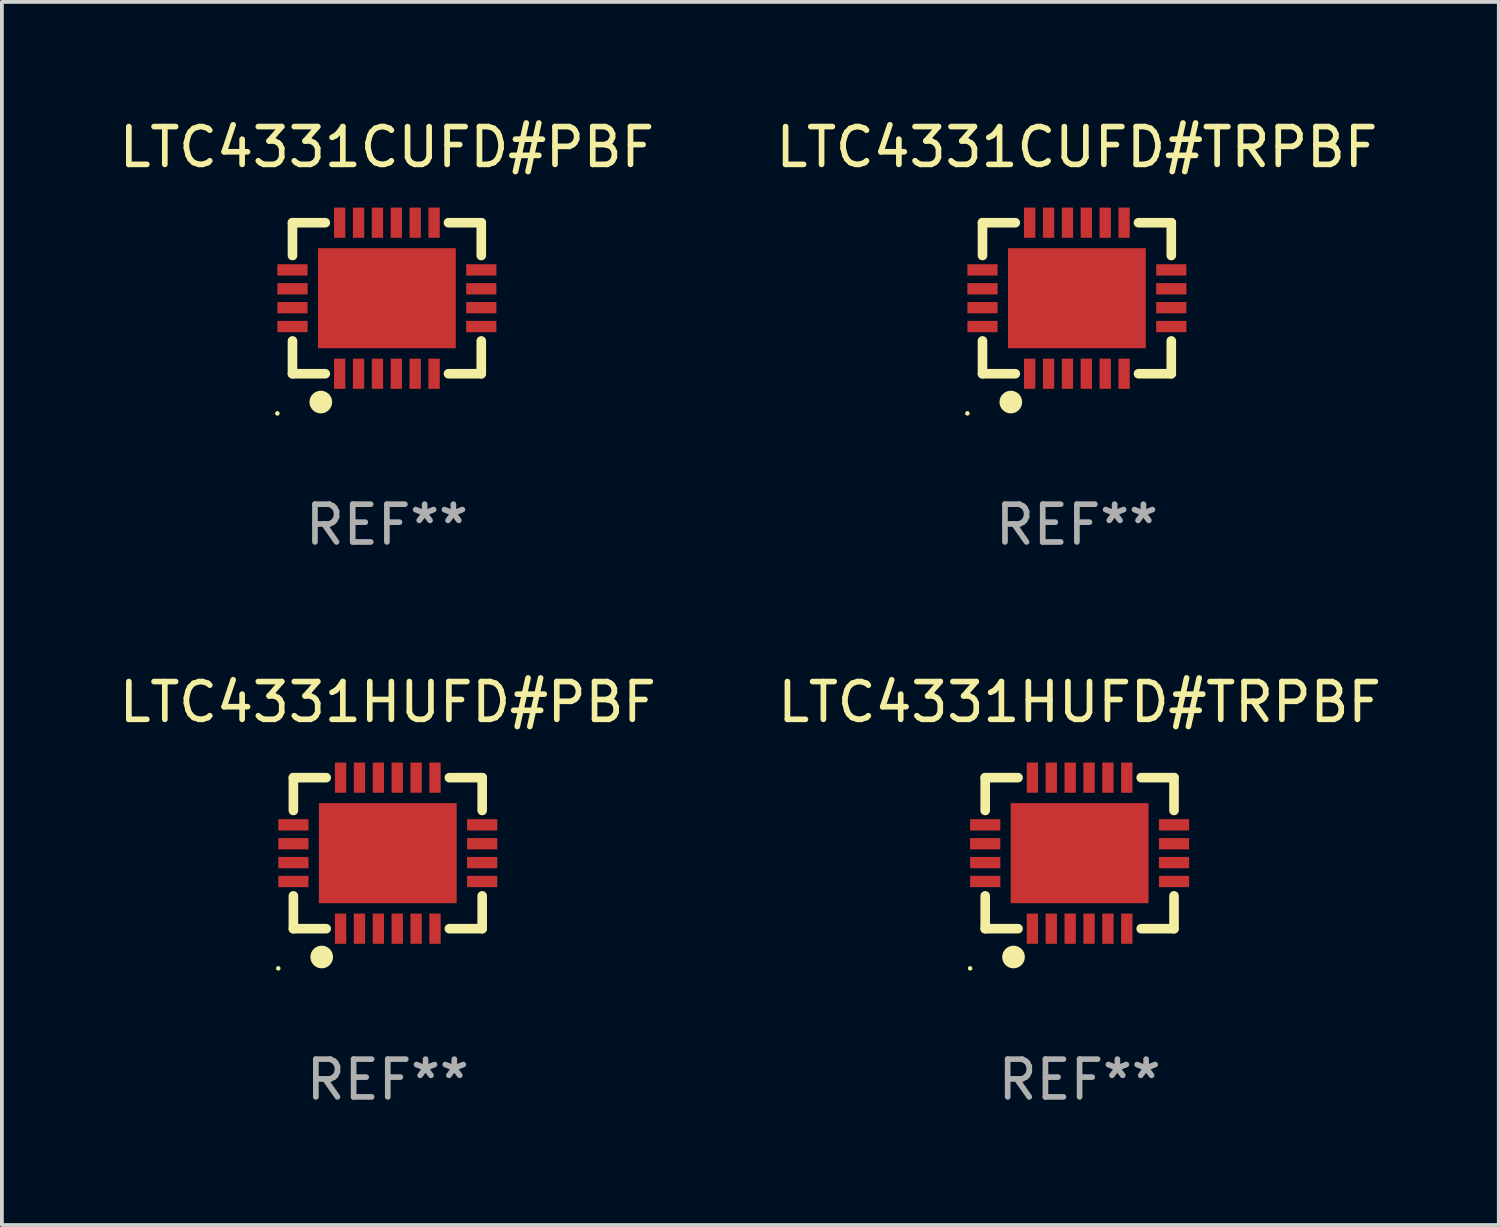
<source format=kicad_pcb>
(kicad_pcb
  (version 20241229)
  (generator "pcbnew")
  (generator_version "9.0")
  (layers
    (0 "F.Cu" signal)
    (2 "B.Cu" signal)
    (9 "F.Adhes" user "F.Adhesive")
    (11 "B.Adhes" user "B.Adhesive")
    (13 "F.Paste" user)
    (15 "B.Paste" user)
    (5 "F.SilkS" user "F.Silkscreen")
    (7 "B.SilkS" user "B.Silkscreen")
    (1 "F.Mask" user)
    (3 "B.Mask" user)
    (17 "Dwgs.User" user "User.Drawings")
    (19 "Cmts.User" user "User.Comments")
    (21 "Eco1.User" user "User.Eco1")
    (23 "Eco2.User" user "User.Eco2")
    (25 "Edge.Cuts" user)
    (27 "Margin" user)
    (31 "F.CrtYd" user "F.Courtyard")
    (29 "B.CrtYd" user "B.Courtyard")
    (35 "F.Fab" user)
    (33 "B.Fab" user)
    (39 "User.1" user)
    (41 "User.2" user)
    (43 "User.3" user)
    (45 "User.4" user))
  (footprint "LTC4331CUFD#PBF"
    (layer "F.Cu")
    (at 7.196 4.848)
    (property "Reference" "LTC4331CUFD#PBF" (at 0 -4 0) (layer "F.SilkS") (effects (font (size 1 1) (thickness 0.15))))
    (attr through_hole)
    (fp_line (start -2.5 -2) (end -1.631 -2) (stroke (width 0.254) (type solid)) (layer "F.SilkS"))
    (fp_line (start -2.5 -1.131) (end -2.5 -2) (stroke (width 0.254) (type solid)) (layer "F.SilkS"))
    (fp_line (start -2.5 2) (end -2.5 1.131) (stroke (width 0.254) (type solid)) (layer "F.SilkS"))
    (fp_line (start -1.631 2) (end -2.5 2) (stroke (width 0.254) (type solid)) (layer "F.SilkS"))
    (fp_line (start 1.631 -2) (end 2.5 -2) (stroke (width 0.254) (type solid)) (layer "F.SilkS"))
    (fp_line (start 2.5 -2) (end 2.5 -1.131) (stroke (width 0.254) (type solid)) (layer "F.SilkS"))
    (fp_line (start 2.5 1.131) (end 2.5 2) (stroke (width 0.254) (type solid)) (layer "F.SilkS"))
    (fp_line (start 2.5 2) (end 1.631 2) (stroke (width 0.254) (type solid)) (layer "F.SilkS"))
    (fp_circle (center -2.9 3.05) (end -2.87 3.05) (stroke (width 0.06) (type solid)) (fill no) (layer "F.SilkS"))
    (fp_circle (center -1.75 2.75) (end -1.6 2.75) (stroke (width 0.3) (type solid)) (fill no) (layer "F.SilkS"))
    (fp_text user "REF**" (at 0 6 0) (layer "F.Fab") (effects (font (size 1 1) (thickness 0.15))))
    (pad "1" smd rect (at -1.25 2 90) (size 0.8 0.3) (layers "F.Cu" "F.Mask" "F.Paste"))
    (pad "2" smd rect (at -0.75 2 90) (size 0.8 0.3) (layers "F.Cu" "F.Mask" "F.Paste"))
    (pad "3" smd rect (at -0.25 2 90) (size 0.8 0.3) (layers "F.Cu" "F.Mask" "F.Paste"))
    (pad "4" smd rect (at 0.25 2 90) (size 0.8 0.3) (layers "F.Cu" "F.Mask" "F.Paste"))
    (pad "5" smd rect (at 0.75 2 90) (size 0.8 0.3) (layers "F.Cu" "F.Mask" "F.Paste"))
    (pad "6" smd rect (at 1.25 2 90) (size 0.8 0.3) (layers "F.Cu" "F.Mask" "F.Paste"))
    (pad "7" smd rect (at 2.5 0.75 180) (size 0.8 0.3) (layers "F.Cu" "F.Mask" "F.Paste"))
    (pad "8" smd rect (at 2.5 0.25 180) (size 0.8 0.3) (layers "F.Cu" "F.Mask" "F.Paste"))
    (pad "9" smd rect (at 2.5 -0.25 180) (size 0.8 0.3) (layers "F.Cu" "F.Mask" "F.Paste"))
    (pad "10" smd rect (at 2.5 -0.75 180) (size 0.8 0.3) (layers "F.Cu" "F.Mask" "F.Paste"))
    (pad "11" smd rect (at 1.25 -2 270) (size 0.8 0.3) (layers "F.Cu" "F.Mask" "F.Paste"))
    (pad "12" smd rect (at 0.75 -2 270) (size 0.8 0.3) (layers "F.Cu" "F.Mask" "F.Paste"))
    (pad "13" smd rect (at 0.25 -2 270) (size 0.8 0.3) (layers "F.Cu" "F.Mask" "F.Paste"))
    (pad "14" smd rect (at -0.25 -2 270) (size 0.8 0.3) (layers "F.Cu" "F.Mask" "F.Paste"))
    (pad "15" smd rect (at -0.75 -2 270) (size 0.8 0.3) (layers "F.Cu" "F.Mask" "F.Paste"))
    (pad "16" smd rect (at -1.25 -2 270) (size 0.8 0.3) (layers "F.Cu" "F.Mask" "F.Paste"))
    (pad "17" smd rect (at -2.5 -0.75) (size 0.8 0.3) (layers "F.Cu" "F.Mask" "F.Paste"))
    (pad "18" smd rect (at -2.5 -0.25) (size 0.8 0.3) (layers "F.Cu" "F.Mask" "F.Paste"))
    (pad "19" smd rect (at -2.5 0.25) (size 0.8 0.3) (layers "F.Cu" "F.Mask" "F.Paste"))
    (pad "20" smd rect (at -2.5 0.75) (size 0.8 0.3) (layers "F.Cu" "F.Mask" "F.Paste"))
    (pad "21" smd rect (at 0 0) (size 3.65 2.65) (layers "F.Cu" "F.Mask" "F.Paste")))
  (footprint "LTC4331HUFD#PBF"
    (layer "F.Cu")
    (at 7.22 19.545)
    (property "Reference" "LTC4331HUFD#PBF" (at 0 -4 0) (layer "F.SilkS") (effects (font (size 1 1) (thickness 0.15))))
    (attr through_hole)
    (fp_line (start -2.5 -2) (end -1.631 -2) (stroke (width 0.254) (type solid)) (layer "F.SilkS"))
    (fp_line (start -2.5 -1.131) (end -2.5 -2) (stroke (width 0.254) (type solid)) (layer "F.SilkS"))
    (fp_line (start -2.5 2) (end -2.5 1.131) (stroke (width 0.254) (type solid)) (layer "F.SilkS"))
    (fp_line (start -1.631 2) (end -2.5 2) (stroke (width 0.254) (type solid)) (layer "F.SilkS"))
    (fp_line (start 1.631 -2) (end 2.5 -2) (stroke (width 0.254) (type solid)) (layer "F.SilkS"))
    (fp_line (start 2.5 -2) (end 2.5 -1.131) (stroke (width 0.254) (type solid)) (layer "F.SilkS"))
    (fp_line (start 2.5 1.131) (end 2.5 2) (stroke (width 0.254) (type solid)) (layer "F.SilkS"))
    (fp_line (start 2.5 2) (end 1.631 2) (stroke (width 0.254) (type solid)) (layer "F.SilkS"))
    (fp_circle (center -2.9 3.05) (end -2.87 3.05) (stroke (width 0.06) (type solid)) (fill no) (layer "F.SilkS"))
    (fp_circle (center -1.75 2.75) (end -1.6 2.75) (stroke (width 0.3) (type solid)) (fill no) (layer "F.SilkS"))
    (fp_text user "REF**" (at 0 6 0) (layer "F.Fab") (effects (font (size 1 1) (thickness 0.15))))
    (pad "1" smd rect (at -1.25 2 90) (size 0.8 0.3) (layers "F.Cu" "F.Mask" "F.Paste"))
    (pad "2" smd rect (at -0.75 2 90) (size 0.8 0.3) (layers "F.Cu" "F.Mask" "F.Paste"))
    (pad "3" smd rect (at -0.25 2 90) (size 0.8 0.3) (layers "F.Cu" "F.Mask" "F.Paste"))
    (pad "4" smd rect (at 0.25 2 90) (size 0.8 0.3) (layers "F.Cu" "F.Mask" "F.Paste"))
    (pad "5" smd rect (at 0.75 2 90) (size 0.8 0.3) (layers "F.Cu" "F.Mask" "F.Paste"))
    (pad "6" smd rect (at 1.25 2 90) (size 0.8 0.3) (layers "F.Cu" "F.Mask" "F.Paste"))
    (pad "7" smd rect (at 2.5 0.75 180) (size 0.8 0.3) (layers "F.Cu" "F.Mask" "F.Paste"))
    (pad "8" smd rect (at 2.5 0.25 180) (size 0.8 0.3) (layers "F.Cu" "F.Mask" "F.Paste"))
    (pad "9" smd rect (at 2.5 -0.25 180) (size 0.8 0.3) (layers "F.Cu" "F.Mask" "F.Paste"))
    (pad "10" smd rect (at 2.5 -0.75 180) (size 0.8 0.3) (layers "F.Cu" "F.Mask" "F.Paste"))
    (pad "11" smd rect (at 1.25 -2 270) (size 0.8 0.3) (layers "F.Cu" "F.Mask" "F.Paste"))
    (pad "12" smd rect (at 0.75 -2 270) (size 0.8 0.3) (layers "F.Cu" "F.Mask" "F.Paste"))
    (pad "13" smd rect (at 0.25 -2 270) (size 0.8 0.3) (layers "F.Cu" "F.Mask" "F.Paste"))
    (pad "14" smd rect (at -0.25 -2 270) (size 0.8 0.3) (layers "F.Cu" "F.Mask" "F.Paste"))
    (pad "15" smd rect (at -0.75 -2 270) (size 0.8 0.3) (layers "F.Cu" "F.Mask" "F.Paste"))
    (pad "16" smd rect (at -1.25 -2 270) (size 0.8 0.3) (layers "F.Cu" "F.Mask" "F.Paste"))
    (pad "17" smd rect (at -2.5 -0.75) (size 0.8 0.3) (layers "F.Cu" "F.Mask" "F.Paste"))
    (pad "18" smd rect (at -2.5 -0.25) (size 0.8 0.3) (layers "F.Cu" "F.Mask" "F.Paste"))
    (pad "19" smd rect (at -2.5 0.25) (size 0.8 0.3) (layers "F.Cu" "F.Mask" "F.Paste"))
    (pad "20" smd rect (at -2.5 0.75) (size 0.8 0.3) (layers "F.Cu" "F.Mask" "F.Paste"))
    (pad "21" smd rect (at 0 0) (size 3.65 2.65) (layers "F.Cu" "F.Mask" "F.Paste")))
  (footprint "LTC4331CUFD#TRPBF"
    (layer "F.Cu")
    (at 25.47 4.848)
    (property "Reference" "LTC4331CUFD#TRPBF" (at 0 -4 0) (layer "F.SilkS") (effects (font (size 1 1) (thickness 0.15))))
    (attr through_hole)
    (fp_line (start -2.5 -2) (end -1.631 -2) (stroke (width 0.254) (type solid)) (layer "F.SilkS"))
    (fp_line (start -2.5 -1.131) (end -2.5 -2) (stroke (width 0.254) (type solid)) (layer "F.SilkS"))
    (fp_line (start -2.5 2) (end -2.5 1.131) (stroke (width 0.254) (type solid)) (layer "F.SilkS"))
    (fp_line (start -1.631 2) (end -2.5 2) (stroke (width 0.254) (type solid)) (layer "F.SilkS"))
    (fp_line (start 1.631 -2) (end 2.5 -2) (stroke (width 0.254) (type solid)) (layer "F.SilkS"))
    (fp_line (start 2.5 -2) (end 2.5 -1.131) (stroke (width 0.254) (type solid)) (layer "F.SilkS"))
    (fp_line (start 2.5 1.131) (end 2.5 2) (stroke (width 0.254) (type solid)) (layer "F.SilkS"))
    (fp_line (start 2.5 2) (end 1.631 2) (stroke (width 0.254) (type solid)) (layer "F.SilkS"))
    (fp_circle (center -2.9 3.05) (end -2.87 3.05) (stroke (width 0.06) (type solid)) (fill no) (layer "F.SilkS"))
    (fp_circle (center -1.75 2.75) (end -1.6 2.75) (stroke (width 0.3) (type solid)) (fill no) (layer "F.SilkS"))
    (fp_text user "REF**" (at 0 6 0) (layer "F.Fab") (effects (font (size 1 1) (thickness 0.15))))
    (pad "1" smd rect (at -1.25 2 90) (size 0.8 0.3) (layers "F.Cu" "F.Mask" "F.Paste"))
    (pad "2" smd rect (at -0.75 2 90) (size 0.8 0.3) (layers "F.Cu" "F.Mask" "F.Paste"))
    (pad "3" smd rect (at -0.25 2 90) (size 0.8 0.3) (layers "F.Cu" "F.Mask" "F.Paste"))
    (pad "4" smd rect (at 0.25 2 90) (size 0.8 0.3) (layers "F.Cu" "F.Mask" "F.Paste"))
    (pad "5" smd rect (at 0.75 2 90) (size 0.8 0.3) (layers "F.Cu" "F.Mask" "F.Paste"))
    (pad "6" smd rect (at 1.25 2 90) (size 0.8 0.3) (layers "F.Cu" "F.Mask" "F.Paste"))
    (pad "7" smd rect (at 2.5 0.75 180) (size 0.8 0.3) (layers "F.Cu" "F.Mask" "F.Paste"))
    (pad "8" smd rect (at 2.5 0.25 180) (size 0.8 0.3) (layers "F.Cu" "F.Mask" "F.Paste"))
    (pad "9" smd rect (at 2.5 -0.25 180) (size 0.8 0.3) (layers "F.Cu" "F.Mask" "F.Paste"))
    (pad "10" smd rect (at 2.5 -0.75 180) (size 0.8 0.3) (layers "F.Cu" "F.Mask" "F.Paste"))
    (pad "11" smd rect (at 1.25 -2 270) (size 0.8 0.3) (layers "F.Cu" "F.Mask" "F.Paste"))
    (pad "12" smd rect (at 0.75 -2 270) (size 0.8 0.3) (layers "F.Cu" "F.Mask" "F.Paste"))
    (pad "13" smd rect (at 0.25 -2 270) (size 0.8 0.3) (layers "F.Cu" "F.Mask" "F.Paste"))
    (pad "14" smd rect (at -0.25 -2 270) (size 0.8 0.3) (layers "F.Cu" "F.Mask" "F.Paste"))
    (pad "15" smd rect (at -0.75 -2 270) (size 0.8 0.3) (layers "F.Cu" "F.Mask" "F.Paste"))
    (pad "16" smd rect (at -1.25 -2 270) (size 0.8 0.3) (layers "F.Cu" "F.Mask" "F.Paste"))
    (pad "17" smd rect (at -2.5 -0.75) (size 0.8 0.3) (layers "F.Cu" "F.Mask" "F.Paste"))
    (pad "18" smd rect (at -2.5 -0.25) (size 0.8 0.3) (layers "F.Cu" "F.Mask" "F.Paste"))
    (pad "19" smd rect (at -2.5 0.25) (size 0.8 0.3) (layers "F.Cu" "F.Mask" "F.Paste"))
    (pad "20" smd rect (at -2.5 0.75) (size 0.8 0.3) (layers "F.Cu" "F.Mask" "F.Paste"))
    (pad "21" smd rect (at 0 0) (size 3.65 2.65) (layers "F.Cu" "F.Mask" "F.Paste")))
  (footprint "LTC4331HUFD#TRPBF"
    (layer "F.Cu")
    (at 25.542 19.545)
    (property "Reference" "LTC4331HUFD#TRPBF" (at 0 -4 0) (layer "F.SilkS") (effects (font (size 1 1) (thickness 0.15))))
    (attr through_hole)
    (fp_line (start -2.5 -2) (end -1.631 -2) (stroke (width 0.254) (type solid)) (layer "F.SilkS"))
    (fp_line (start -2.5 -1.131) (end -2.5 -2) (stroke (width 0.254) (type solid)) (layer "F.SilkS"))
    (fp_line (start -2.5 2) (end -2.5 1.131) (stroke (width 0.254) (type solid)) (layer "F.SilkS"))
    (fp_line (start -1.631 2) (end -2.5 2) (stroke (width 0.254) (type solid)) (layer "F.SilkS"))
    (fp_line (start 1.631 -2) (end 2.5 -2) (stroke (width 0.254) (type solid)) (layer "F.SilkS"))
    (fp_line (start 2.5 -2) (end 2.5 -1.131) (stroke (width 0.254) (type solid)) (layer "F.SilkS"))
    (fp_line (start 2.5 1.131) (end 2.5 2) (stroke (width 0.254) (type solid)) (layer "F.SilkS"))
    (fp_line (start 2.5 2) (end 1.631 2) (stroke (width 0.254) (type solid)) (layer "F.SilkS"))
    (fp_circle (center -2.9 3.05) (end -2.87 3.05) (stroke (width 0.06) (type solid)) (fill no) (layer "F.SilkS"))
    (fp_circle (center -1.75 2.75) (end -1.6 2.75) (stroke (width 0.3) (type solid)) (fill no) (layer "F.SilkS"))
    (fp_text user "REF**" (at 0 6 0) (layer "F.Fab") (effects (font (size 1 1) (thickness 0.15))))
    (pad "1" smd rect (at -1.25 2 90) (size 0.8 0.3) (layers "F.Cu" "F.Mask" "F.Paste"))
    (pad "2" smd rect (at -0.75 2 90) (size 0.8 0.3) (layers "F.Cu" "F.Mask" "F.Paste"))
    (pad "3" smd rect (at -0.25 2 90) (size 0.8 0.3) (layers "F.Cu" "F.Mask" "F.Paste"))
    (pad "4" smd rect (at 0.25 2 90) (size 0.8 0.3) (layers "F.Cu" "F.Mask" "F.Paste"))
    (pad "5" smd rect (at 0.75 2 90) (size 0.8 0.3) (layers "F.Cu" "F.Mask" "F.Paste"))
    (pad "6" smd rect (at 1.25 2 90) (size 0.8 0.3) (layers "F.Cu" "F.Mask" "F.Paste"))
    (pad "7" smd rect (at 2.5 0.75 180) (size 0.8 0.3) (layers "F.Cu" "F.Mask" "F.Paste"))
    (pad "8" smd rect (at 2.5 0.25 180) (size 0.8 0.3) (layers "F.Cu" "F.Mask" "F.Paste"))
    (pad "9" smd rect (at 2.5 -0.25 180) (size 0.8 0.3) (layers "F.Cu" "F.Mask" "F.Paste"))
    (pad "10" smd rect (at 2.5 -0.75 180) (size 0.8 0.3) (layers "F.Cu" "F.Mask" "F.Paste"))
    (pad "11" smd rect (at 1.25 -2 270) (size 0.8 0.3) (layers "F.Cu" "F.Mask" "F.Paste"))
    (pad "12" smd rect (at 0.75 -2 270) (size 0.8 0.3) (layers "F.Cu" "F.Mask" "F.Paste"))
    (pad "13" smd rect (at 0.25 -2 270) (size 0.8 0.3) (layers "F.Cu" "F.Mask" "F.Paste"))
    (pad "14" smd rect (at -0.25 -2 270) (size 0.8 0.3) (layers "F.Cu" "F.Mask" "F.Paste"))
    (pad "15" smd rect (at -0.75 -2 270) (size 0.8 0.3) (layers "F.Cu" "F.Mask" "F.Paste"))
    (pad "16" smd rect (at -1.25 -2 270) (size 0.8 0.3) (layers "F.Cu" "F.Mask" "F.Paste"))
    (pad "17" smd rect (at -2.5 -0.75) (size 0.8 0.3) (layers "F.Cu" "F.Mask" "F.Paste"))
    (pad "18" smd rect (at -2.5 -0.25) (size 0.8 0.3) (layers "F.Cu" "F.Mask" "F.Paste"))
    (pad "19" smd rect (at -2.5 0.25) (size 0.8 0.3) (layers "F.Cu" "F.Mask" "F.Paste"))
    (pad "20" smd rect (at -2.5 0.75) (size 0.8 0.3) (layers "F.Cu" "F.Mask" "F.Paste"))
    (pad "21" smd rect (at 0 0) (size 3.65 2.65) (layers "F.Cu" "F.Mask" "F.Paste")))
  (gr_rect
    (start -3 -3)
    (end 36.643 29.393)
    (stroke (width 0.1) (type default))
    (fill no)
    (layer "Edge.Cuts")))
</source>
